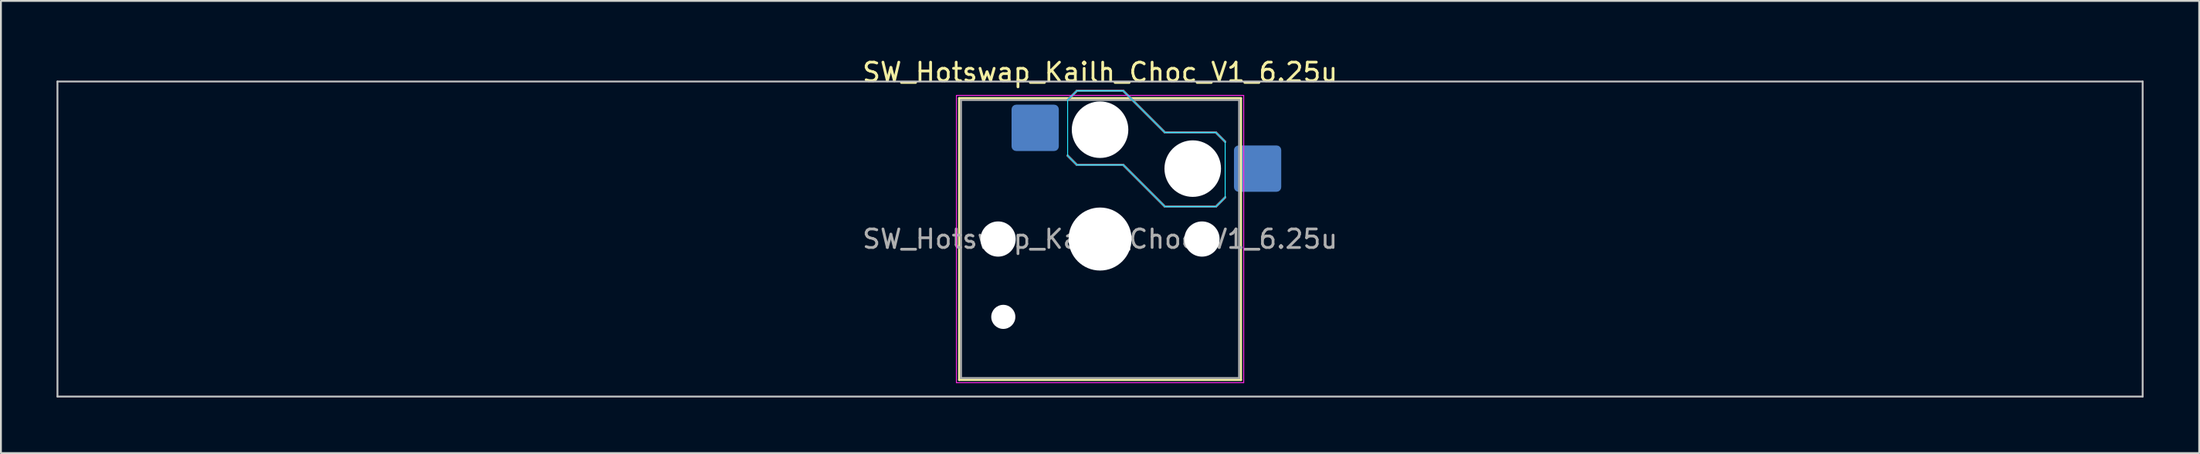
<source format=kicad_pcb>
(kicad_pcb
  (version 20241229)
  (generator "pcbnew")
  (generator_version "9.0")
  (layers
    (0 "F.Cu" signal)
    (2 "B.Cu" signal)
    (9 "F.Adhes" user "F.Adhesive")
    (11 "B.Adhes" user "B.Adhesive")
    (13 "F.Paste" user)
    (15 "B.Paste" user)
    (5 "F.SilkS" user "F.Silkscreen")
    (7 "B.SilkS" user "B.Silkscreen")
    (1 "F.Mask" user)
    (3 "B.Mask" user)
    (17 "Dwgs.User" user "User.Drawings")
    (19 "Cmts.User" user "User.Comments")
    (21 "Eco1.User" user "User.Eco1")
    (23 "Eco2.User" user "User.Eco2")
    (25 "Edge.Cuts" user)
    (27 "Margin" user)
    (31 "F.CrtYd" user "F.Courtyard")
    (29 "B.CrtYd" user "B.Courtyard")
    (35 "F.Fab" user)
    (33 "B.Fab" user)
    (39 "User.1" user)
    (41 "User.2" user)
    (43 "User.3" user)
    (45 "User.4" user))
  (footprint "SW_Hotswap_Kailh_Choc_V1_6.25u"
    (layer "F.Cu")
    (at 56.3 9.848)
    (property "Reference" "SW_Hotswap_Kailh_Choc_V1_6.25u" (at 0 -9 0) (layer "F.SilkS") (effects (font (size 1 1) (thickness 0.15))))
    (attr smd)
    (fp_line (start -7.6 -7.6) (end -7.6 7.6) (stroke (width 0.12) (type solid)) (layer "F.SilkS"))
    (fp_line (start -7.6 7.6) (end 7.6 7.6) (stroke (width 0.12) (type solid)) (layer "F.SilkS"))
    (fp_line (start 7.6 -7.6) (end -7.6 -7.6) (stroke (width 0.12) (type solid)) (layer "F.SilkS"))
    (fp_line (start 7.6 7.6) (end 7.6 -7.6) (stroke (width 0.12) (type solid)) (layer "F.SilkS"))
    (fp_line (start -1.75 -7.5) (end -1.25 -8) (stroke (width 0.12) (type solid)) (layer "B.SilkS"))
    (fp_line (start -1.25 -8) (end 1.25 -8) (stroke (width 0.12) (type solid)) (layer "B.SilkS"))
    (fp_line (start -1.25 -4) (end -1.75 -4.5) (stroke (width 0.12) (type solid)) (layer "B.SilkS"))
    (fp_line (start 1.25 -8) (end 3.5 -5.75) (stroke (width 0.12) (type solid)) (layer "B.SilkS"))
    (fp_line (start 1.25 -4) (end -1.25 -4) (stroke (width 0.12) (type solid)) (layer "B.SilkS"))
    (fp_line (start 3.5 -5.75) (end 6.25 -5.75) (stroke (width 0.12) (type solid)) (layer "B.SilkS"))
    (fp_line (start 3.5 -1.75) (end 1.25 -4) (stroke (width 0.12) (type solid)) (layer "B.SilkS"))
    (fp_line (start 6.25 -5.75) (end 6.75 -5.25) (stroke (width 0.12) (type solid)) (layer "B.SilkS"))
    (fp_line (start 6.25 -1.75) (end 3.5 -1.75) (stroke (width 0.12) (type solid)) (layer "B.SilkS"))
    (fp_line (start 6.75 -2.25) (end 6.25 -1.75) (stroke (width 0.12) (type solid)) (layer "B.SilkS"))
    (fp_line (start -56.25 -8.5) (end -56.25 8.5) (stroke (width 0.1) (type solid)) (layer "Dwgs.User"))
    (fp_line (start -56.25 8.5) (end 56.25 8.5) (stroke (width 0.1) (type solid)) (layer "Dwgs.User"))
    (fp_line (start 56.25 -8.5) (end -56.25 -8.5) (stroke (width 0.1) (type solid)) (layer "Dwgs.User"))
    (fp_line (start 56.25 8.5) (end 56.25 -8.5) (stroke (width 0.1) (type solid)) (layer "Dwgs.User"))
    (fp_line (start -7.25 -7.25) (end -7.25 7.25) (stroke (width 0.1) (type solid)) (layer "Eco1.User"))
    (fp_line (start -7.25 7.25) (end 7.25 7.25) (stroke (width 0.1) (type solid)) (layer "Eco1.User"))
    (fp_line (start 7.25 -7.25) (end -7.25 -7.25) (stroke (width 0.1) (type solid)) (layer "Eco1.User"))
    (fp_line (start 7.25 7.25) (end 7.25 -7.25) (stroke (width 0.1) (type solid)) (layer "Eco1.User"))
    (fp_line (start -1.75 -7.5) (end -1.25 -8) (stroke (width 0.05) (type solid)) (layer "B.CrtYd"))
    (fp_line (start -1.75 -4.5) (end -1.75 -7.5) (stroke (width 0.05) (type solid)) (layer "B.CrtYd"))
    (fp_line (start -1.25 -8) (end 1.25 -8) (stroke (width 0.05) (type solid)) (layer "B.CrtYd"))
    (fp_line (start -1.25 -4) (end -1.75 -4.5) (stroke (width 0.05) (type solid)) (layer "B.CrtYd"))
    (fp_line (start 1.25 -8) (end 3.5 -5.75) (stroke (width 0.05) (type solid)) (layer "B.CrtYd"))
    (fp_line (start 1.25 -4) (end -1.25 -4) (stroke (width 0.05) (type solid)) (layer "B.CrtYd"))
    (fp_line (start 3.5 -5.75) (end 6.25 -5.75) (stroke (width 0.05) (type solid)) (layer "B.CrtYd"))
    (fp_line (start 3.5 -1.75) (end 1.25 -4) (stroke (width 0.05) (type solid)) (layer "B.CrtYd"))
    (fp_line (start 6.25 -5.75) (end 6.75 -5.25) (stroke (width 0.05) (type solid)) (layer "B.CrtYd"))
    (fp_line (start 6.25 -1.75) (end 3.5 -1.75) (stroke (width 0.05) (type solid)) (layer "B.CrtYd"))
    (fp_line (start 6.75 -5.25) (end 6.75 -2.25) (stroke (width 0.05) (type solid)) (layer "B.CrtYd"))
    (fp_line (start 6.75 -2.25) (end 6.25 -1.75) (stroke (width 0.05) (type solid)) (layer "B.CrtYd"))
    (fp_line (start -7.75 -7.75) (end -7.75 7.75) (stroke (width 0.05) (type solid)) (layer "F.CrtYd"))
    (fp_line (start -7.75 7.75) (end 7.75 7.75) (stroke (width 0.05) (type solid)) (layer "F.CrtYd"))
    (fp_line (start 7.75 -7.75) (end -7.75 -7.75) (stroke (width 0.05) (type solid)) (layer "F.CrtYd"))
    (fp_line (start 7.75 7.75) (end 7.75 -7.75) (stroke (width 0.05) (type solid)) (layer "F.CrtYd"))
    (fp_line (start -1.75 -7.5) (end -1.25 -8) (stroke (width 0.1) (type solid)) (layer "B.Fab"))
    (fp_line (start -1.25 -8) (end 1.25 -8) (stroke (width 0.1) (type solid)) (layer "B.Fab"))
    (fp_line (start -1.25 -4) (end -1.75 -4.5) (stroke (width 0.1) (type solid)) (layer "B.Fab"))
    (fp_line (start 1.25 -8) (end 3.5 -5.75) (stroke (width 0.1) (type solid)) (layer "B.Fab"))
    (fp_line (start 1.25 -4) (end -1.25 -4) (stroke (width 0.1) (type solid)) (layer "B.Fab"))
    (fp_line (start 3.5 -5.75) (end 6.25 -5.75) (stroke (width 0.1) (type solid)) (layer "B.Fab"))
    (fp_line (start 3.5 -1.75) (end 1.25 -4) (stroke (width 0.1) (type solid)) (layer "B.Fab"))
    (fp_line (start 6.25 -5.75) (end 6.75 -5.25) (stroke (width 0.1) (type solid)) (layer "B.Fab"))
    (fp_line (start 6.25 -1.75) (end 3.5 -1.75) (stroke (width 0.1) (type solid)) (layer "B.Fab"))
    (fp_line (start 6.75 -2.25) (end 6.25 -1.75) (stroke (width 0.1) (type solid)) (layer "B.Fab"))
    (fp_line (start -7.5 -7.5) (end -7.5 7.5) (stroke (width 0.1) (type solid)) (layer "F.Fab"))
    (fp_line (start -7.5 7.5) (end 7.5 7.5) (stroke (width 0.1) (type solid)) (layer "F.Fab"))
    (fp_line (start 7.5 -7.5) (end -7.5 -7.5) (stroke (width 0.1) (type solid)) (layer "F.Fab"))
    (fp_line (start 7.5 7.5) (end 7.5 -7.5) (stroke (width 0.1) (type solid)) (layer "F.Fab"))
    (fp_text user "${REFERENCE}" (at 0 0 0) (layer "F.Fab") (effects (font (size 1 1) (thickness 0.15))))
    (pad "" np_thru_hole circle (at -5.5 0) (size 1.9 1.9) (drill 1.9) (layers "*.Cu" "*.Mask"))
    (pad "" np_thru_hole circle (at -5.22 4.2) (size 1.3 1.3) (drill 1.3) (layers "*.Cu" "*.Mask"))
    (pad "" np_thru_hole circle (at 0 -5.9) (size 3.05 3.05) (drill 3.05) (layers "*.Cu" "*.Mask"))
    (pad "" np_thru_hole circle (at 0 0) (size 3.4 3.4) (drill 3.4) (layers "*.Cu" "*.Mask"))
    (pad "" np_thru_hole circle (at 5 -3.8) (size 3.05 3.05) (drill 3.05) (layers "*.Cu" "*.Mask"))
    (pad "" np_thru_hole circle (at 5.5 0) (size 1.9 1.9) (drill 1.9) (layers "*.Cu" "*.Mask"))
    (pad "1" smd roundrect (at -3.5 -6) (size 2.55 2.5) (layers "B.Cu" "B.Mask" "B.Paste") (roundrect_rratio 0.1))
    (pad "2" smd roundrect (at 8.5 -3.8) (size 2.55 2.5) (layers "B.Cu" "B.Mask" "B.Paste") (roundrect_rratio 0.1)))
  (gr_rect
    (start -3 -3)
    (end 115.6 21.398)
    (stroke (width 0.1) (type default))
    (fill no)
    (layer "Edge.Cuts")))
</source>
